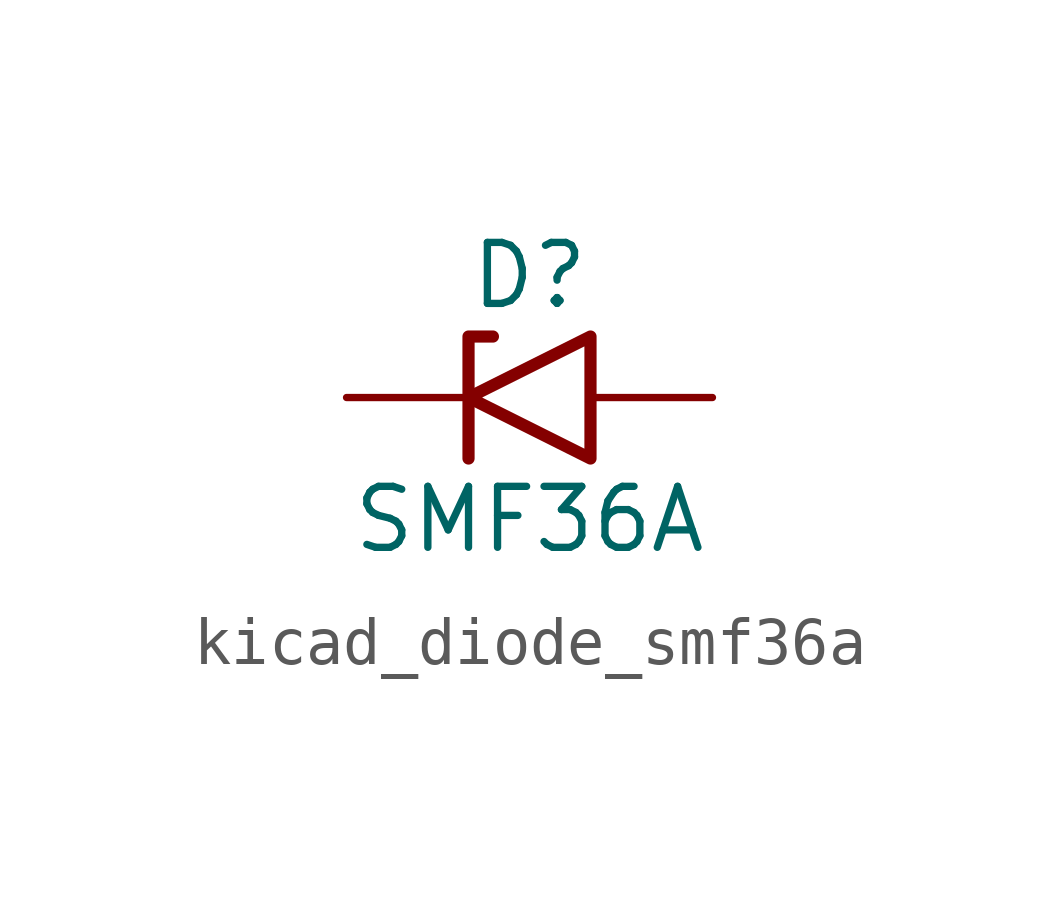
<source format=kicad_sym>
(kicad_symbol_lib
  (version 20220914)
  (generator kicad_symbol_editor)
  (symbol "kicad_diode_smf36a"
    (pin_numbers hide)
    (pin_names
      (offset 1.016) hide)
    (property "Reference" "D"
      (at 0 2.54 0)
      (effects (font (size 1.27 1.27))))
    (property "Value" "SMF36A"
      (at 0 -2.54 0)
      (effects (font (size 1.27 1.27))))
    (symbol "kicad_diode_smf36a_0_1"
      (polyline (pts (xy -0.762 1.27) (xy -1.27 1.27) (xy -1.27 -1.27)) (stroke (width 0.254) (type default)) (fill (type none)))
      (polyline (pts (xy 1.27 1.27) (xy 1.27 -1.27) (xy -1.27 0) (xy 1.27 1.27)) (stroke (width 0.254) (type default)) (fill (type none))))
    (symbol "kicad_diode_smf36a_1_1"
      (pin passive line (at -3.81 0 0) (length 2.54) (name "A1" (effects (font (size 1.27 1.27)))) (number "1" (effects (font (size 1.27 1.27)))))
      (pin passive line (at 3.81 0 180) (length 2.54) (name "A2" (effects (font (size 1.27 1.27)))) (number "2" (effects (font (size 1.27 1.27))))))))
</source>
